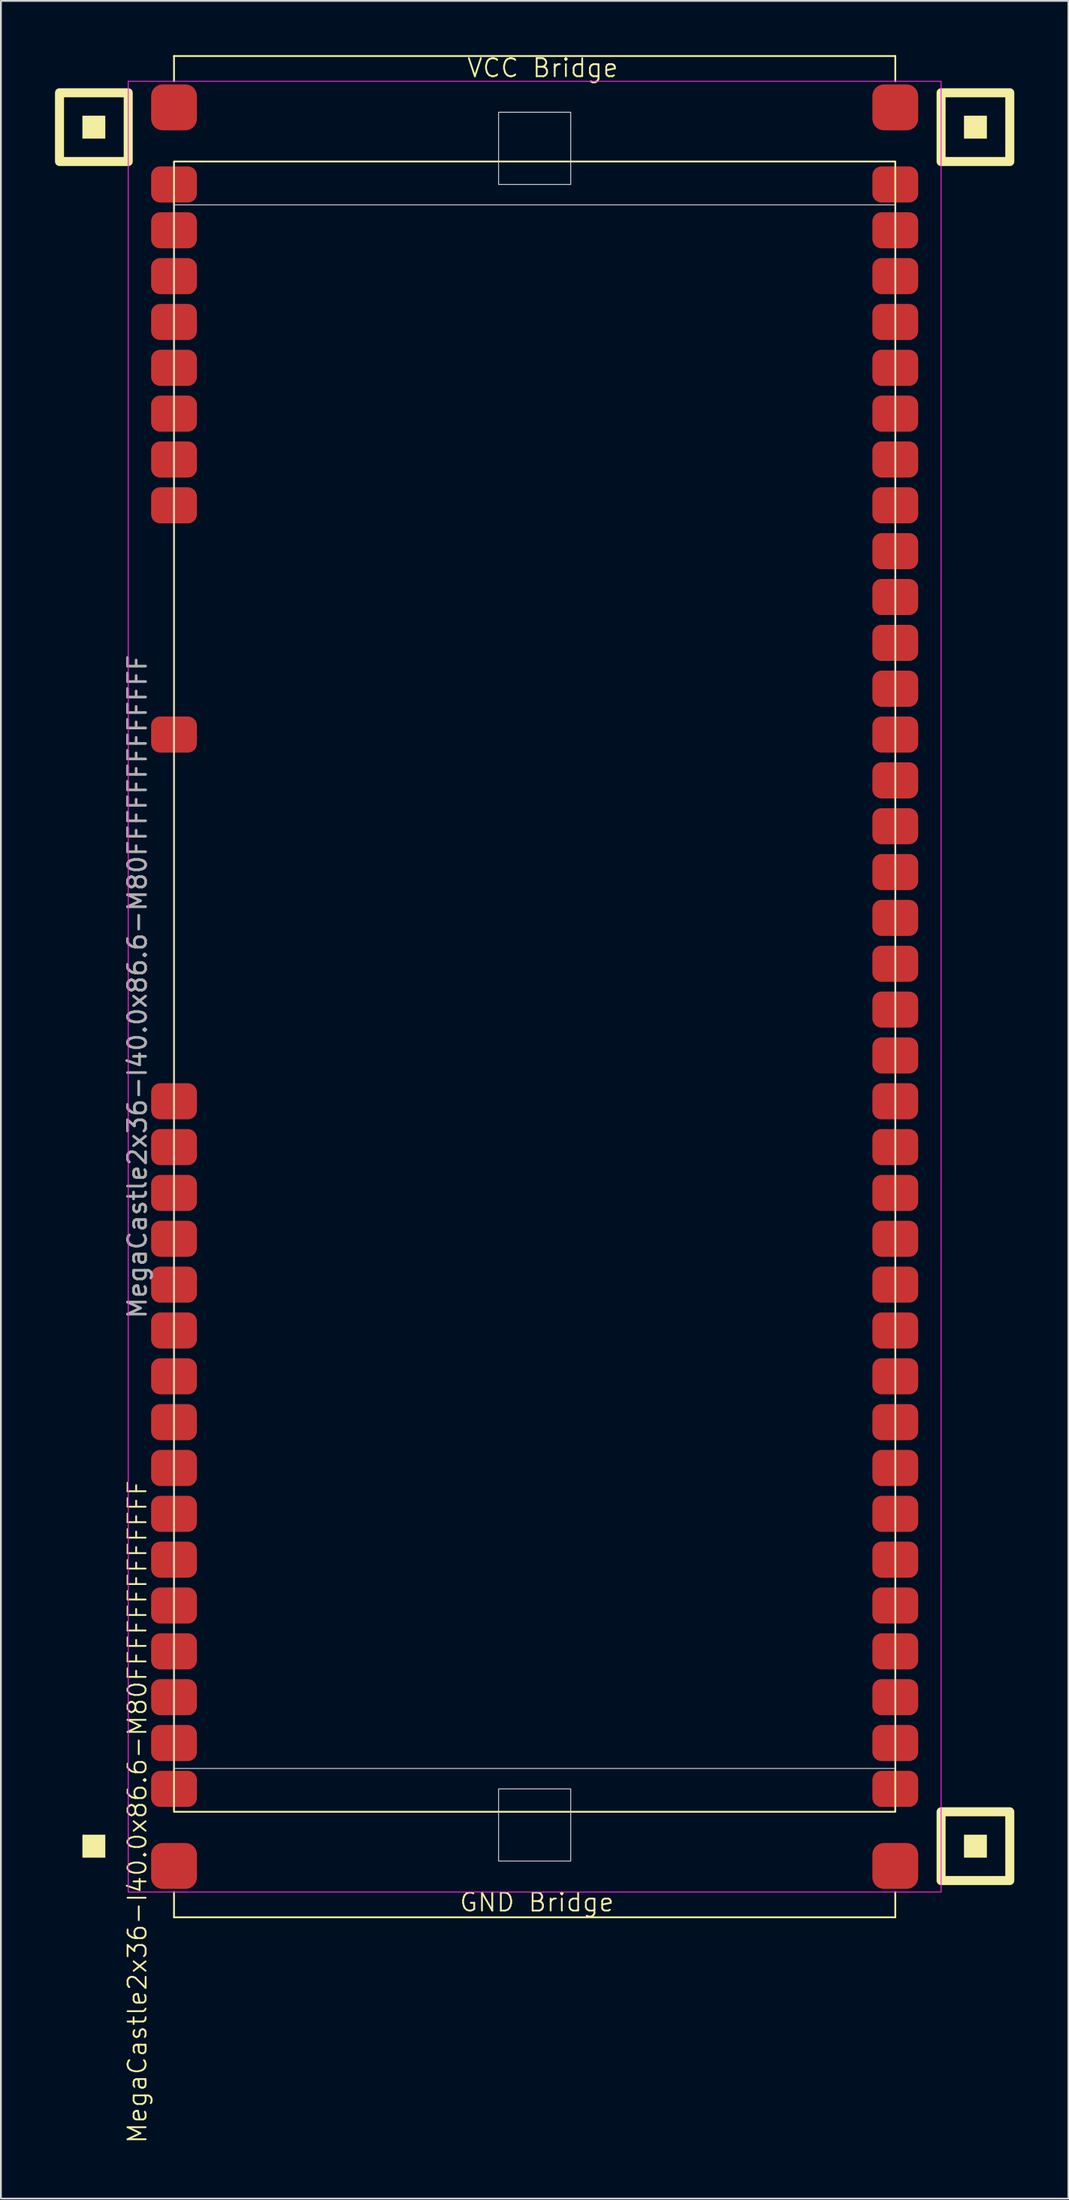
<source format=kicad_pcb>
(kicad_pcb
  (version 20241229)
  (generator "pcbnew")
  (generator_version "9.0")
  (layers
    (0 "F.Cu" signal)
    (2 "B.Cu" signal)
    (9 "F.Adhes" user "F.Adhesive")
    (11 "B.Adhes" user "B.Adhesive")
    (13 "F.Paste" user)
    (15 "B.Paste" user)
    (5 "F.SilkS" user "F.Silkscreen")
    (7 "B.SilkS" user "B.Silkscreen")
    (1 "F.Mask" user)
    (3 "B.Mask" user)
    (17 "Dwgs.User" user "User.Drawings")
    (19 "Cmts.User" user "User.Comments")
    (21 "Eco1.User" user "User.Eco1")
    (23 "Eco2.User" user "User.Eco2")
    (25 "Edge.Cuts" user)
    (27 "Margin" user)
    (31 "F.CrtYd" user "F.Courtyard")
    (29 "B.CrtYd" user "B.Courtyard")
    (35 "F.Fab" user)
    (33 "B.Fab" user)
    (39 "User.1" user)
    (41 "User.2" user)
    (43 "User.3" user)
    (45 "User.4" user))
  (footprint "MegaCastle2x36-I40.0x86.6-M80FFFFFFFFFFFFF"
    (layer "F.Cu")
    (at 26.6 51.62)
    (property "Reference" "MegaCastle2x36-I40.0x86.6-M80FFFFFFFFFFFFF" (at -22.032 45.72 90) (unlocked yes) (layer "F.SilkS") (effects (font (size 1 1) (thickness 0.1))))
    (attr smd)
    (fp_line (start -20 -51.565) (end 20 -51.565) (stroke (width 0.1) (type default)) (layer "F.SilkS"))
    (fp_line (start -20 -50.165) (end -20 -51.565) (stroke (width 0.1) (type default)) (layer "F.SilkS"))
    (fp_line (start -20 50.165) (end -20 51.565) (stroke (width 0.1) (type default)) (layer "F.SilkS"))
    (fp_line (start -20 51.565) (end 20 51.565) (stroke (width 0.1) (type default)) (layer "F.SilkS"))
    (fp_line (start 20 -50.165) (end 20 -51.565) (stroke (width 0.1) (type default)) (layer "F.SilkS"))
    (fp_line (start 20 50.165) (end 20 51.565) (stroke (width 0.1) (type default)) (layer "F.SilkS"))
    (fp_rect (start -23.81 -46.99) (end -25.08 -48.26) (stroke (width 0) (type solid)) (fill yes) (layer "F.SilkS"))
    (fp_rect (start -23.81 48.26) (end -25.08 46.99) (stroke (width 0) (type solid)) (fill yes) (layer "F.SilkS"))
    (fp_rect (start -22.54 -45.72) (end -26.35 -49.53) (stroke (width 0.5) (type default)) (fill no) (layer "F.SilkS"))
    (fp_rect (start -20 -45.72) (end 20 45.72) (stroke (width 0.1) (type default)) (fill no) (layer "F.SilkS"))
    (fp_rect (start 25.08 -46.99) (end 23.81 -48.26) (stroke (width 0) (type solid)) (fill yes) (layer "F.SilkS"))
    (fp_rect (start 25.08 48.26) (end 23.81 46.99) (stroke (width 0) (type solid)) (fill yes) (layer "F.SilkS"))
    (fp_rect (start 26.35 -45.72) (end 22.54 -49.53) (stroke (width 0.5) (type default)) (fill no) (layer "F.SilkS"))
    (fp_rect (start 26.35 49.53) (end 22.54 45.72) (stroke (width 0.5) (type default)) (fill no) (layer "F.SilkS"))
    (fp_rect (start -20 -43.32) (end 20 43.32) (stroke (width 0.05) (type default)) (fill no) (layer "Edge.Cuts"))
    (fp_rect (start -2 -44.45) (end 2 -48.45) (stroke (width 0.05) (type default)) (fill no) (layer "Edge.Cuts"))
    (fp_rect (start -2 44.45) (end 2 48.45) (stroke (width 0.05) (type default)) (fill no) (layer "Edge.Cuts"))
    (fp_line (start -22.54 -50.165) (end -22.54 50.165) (stroke (width 0.05) (type default)) (layer "F.CrtYd"))
    (fp_line (start -22.54 50.165) (end 22.54 50.165) (stroke (width 0.05) (type default)) (layer "F.CrtYd"))
    (fp_line (start 22.54 -50.165) (end -22.54 -50.165) (stroke (width 0.05) (type default)) (layer "F.CrtYd"))
    (fp_line (start 22.54 -50.165) (end 22.54 50.165) (stroke (width 0.05) (type default)) (layer "F.CrtYd"))
    (fp_text user "GND Bridge" (at -4.226 51.32 0) (unlocked yes) (layer "F.SilkS") (effects (font (size 1 1) (thickness 0.1)) (justify left bottom)))
    (fp_text user "VCC Bridge" (at -3.81 -50.32 0) (unlocked yes) (layer "F.SilkS") (effects (font (size 1 1) (thickness 0.1)) (justify left bottom)))
    (fp_text user "${REFERENCE}" (at -22.032 0 90) (unlocked yes) (layer "F.Fab") (effects (font (size 1 1) (thickness 0.15))))
    (pad "1" smd roundrect (at -20 -44.45) (size 2.54 2) (layers "F.Cu" "F.Mask" "F.Paste") (roundrect_rratio 0.25))
    (pad "2" smd roundrect (at -20 -41.91) (size 2.54 2) (layers "F.Cu" "F.Mask" "F.Paste") (roundrect_rratio 0.25))
    (pad "3" smd roundrect (at -20 -39.37) (size 2.54 2) (layers "F.Cu" "F.Mask" "F.Paste") (roundrect_rratio 0.25))
    (pad "4" smd roundrect (at -20 -36.83) (size 2.54 2) (layers "F.Cu" "F.Mask" "F.Paste") (roundrect_rratio 0.25))
    (pad "5" smd roundrect (at -20 -34.29) (size 2.54 2) (layers "F.Cu" "F.Mask" "F.Paste") (roundrect_rratio 0.25))
    (pad "6" smd roundrect (at -20 -31.75) (size 2.54 2) (layers "F.Cu" "F.Mask" "F.Paste") (roundrect_rratio 0.25))
    (pad "7" smd roundrect (at -20 -29.21) (size 2.54 2) (layers "F.Cu" "F.Mask" "F.Paste") (roundrect_rratio 0.25))
    (pad "8" smd roundrect (at -20 -26.67) (size 2.54 2) (layers "F.Cu" "F.Mask" "F.Paste") (roundrect_rratio 0.25))
    (pad "13" smd roundrect (at -20 -13.97) (size 2.54 2) (layers "F.Cu" "F.Mask" "F.Paste") (roundrect_rratio 0.25))
    (pad "21" smd roundrect (at -20 6.35) (size 2.54 2) (layers "F.Cu" "F.Mask" "F.Paste") (roundrect_rratio 0.25))
    (pad "22" smd roundrect (at -20 8.89) (size 2.54 2) (layers "F.Cu" "F.Mask" "F.Paste") (roundrect_rratio 0.25))
    (pad "23" smd roundrect (at -20 11.43) (size 2.54 2) (layers "F.Cu" "F.Mask" "F.Paste") (roundrect_rratio 0.25))
    (pad "24" smd roundrect (at -20 13.97) (size 2.54 2) (layers "F.Cu" "F.Mask" "F.Paste") (roundrect_rratio 0.25))
    (pad "25" smd roundrect (at -20 16.51) (size 2.54 2) (layers "F.Cu" "F.Mask" "F.Paste") (roundrect_rratio 0.25))
    (pad "26" smd roundrect (at -20 19.05) (size 2.54 2) (layers "F.Cu" "F.Mask" "F.Paste") (roundrect_rratio 0.25))
    (pad "27" smd roundrect (at -20 21.59) (size 2.54 2) (layers "F.Cu" "F.Mask" "F.Paste") (roundrect_rratio 0.25))
    (pad "28" smd roundrect (at -20 24.13) (size 2.54 2) (layers "F.Cu" "F.Mask" "F.Paste") (roundrect_rratio 0.25))
    (pad "29" smd roundrect (at -20 26.67) (size 2.54 2) (layers "F.Cu" "F.Mask" "F.Paste") (roundrect_rratio 0.25))
    (pad "30" smd roundrect (at -20 29.21) (size 2.54 2) (layers "F.Cu" "F.Mask" "F.Paste") (roundrect_rratio 0.25))
    (pad "31" smd roundrect (at -20 31.75) (size 2.54 2) (layers "F.Cu" "F.Mask" "F.Paste") (roundrect_rratio 0.25))
    (pad "32" smd roundrect (at -20 34.29) (size 2.54 2) (layers "F.Cu" "F.Mask" "F.Paste") (roundrect_rratio 0.25))
    (pad "33" smd roundrect (at -20 36.83) (size 2.54 2) (layers "F.Cu" "F.Mask" "F.Paste") (roundrect_rratio 0.25))
    (pad "34" smd roundrect (at -20 39.37) (size 2.54 2) (layers "F.Cu" "F.Mask" "F.Paste") (roundrect_rratio 0.25))
    (pad "35" smd roundrect (at -20 41.91) (size 2.54 2) (layers "F.Cu" "F.Mask" "F.Paste") (roundrect_rratio 0.25))
    (pad "36" smd roundrect (at -20 44.45) (size 2.54 2) (layers "F.Cu" "F.Mask" "F.Paste") (roundrect_rratio 0.25))
    (pad "37" smd roundrect (at 20 -44.45) (size 2.54 2) (layers "F.Cu" "F.Mask" "F.Paste") (roundrect_rratio 0.25))
    (pad "38" smd roundrect (at 20 -41.91) (size 2.54 2) (layers "F.Cu" "F.Mask" "F.Paste") (roundrect_rratio 0.25))
    (pad "39" smd roundrect (at 20 -39.37) (size 2.54 2) (layers "F.Cu" "F.Mask" "F.Paste") (roundrect_rratio 0.25))
    (pad "40" smd roundrect (at 20 -36.83) (size 2.54 2) (layers "F.Cu" "F.Mask" "F.Paste") (roundrect_rratio 0.25))
    (pad "41" smd roundrect (at 20 -34.29) (size 2.54 2) (layers "F.Cu" "F.Mask" "F.Paste") (roundrect_rratio 0.25))
    (pad "42" smd roundrect (at 20 -31.75) (size 2.54 2) (layers "F.Cu" "F.Mask" "F.Paste") (roundrect_rratio 0.25))
    (pad "43" smd roundrect (at 20 -29.21) (size 2.54 2) (layers "F.Cu" "F.Mask" "F.Paste") (roundrect_rratio 0.25))
    (pad "44" smd roundrect (at 20 -26.67) (size 2.54 2) (layers "F.Cu" "F.Mask" "F.Paste") (roundrect_rratio 0.25))
    (pad "45" smd roundrect (at 20 -24.13) (size 2.54 2) (layers "F.Cu" "F.Mask" "F.Paste") (roundrect_rratio 0.25))
    (pad "46" smd roundrect (at 20 -21.59) (size 2.54 2) (layers "F.Cu" "F.Mask" "F.Paste") (roundrect_rratio 0.25))
    (pad "47" smd roundrect (at 20 -19.05) (size 2.54 2) (layers "F.Cu" "F.Mask" "F.Paste") (roundrect_rratio 0.25))
    (pad "48" smd roundrect (at 20 -16.51) (size 2.54 2) (layers "F.Cu" "F.Mask" "F.Paste") (roundrect_rratio 0.25))
    (pad "49" smd roundrect (at 20 -13.97) (size 2.54 2) (layers "F.Cu" "F.Mask" "F.Paste") (roundrect_rratio 0.25))
    (pad "50" smd roundrect (at 20 -11.43) (size 2.54 2) (layers "F.Cu" "F.Mask" "F.Paste") (roundrect_rratio 0.25))
    (pad "51" smd roundrect (at 20 -8.89) (size 2.54 2) (layers "F.Cu" "F.Mask" "F.Paste") (roundrect_rratio 0.25))
    (pad "52" smd roundrect (at 20 -6.35) (size 2.54 2) (layers "F.Cu" "F.Mask" "F.Paste") (roundrect_rratio 0.25))
    (pad "53" smd roundrect (at 20 -3.81) (size 2.54 2) (layers "F.Cu" "F.Mask" "F.Paste") (roundrect_rratio 0.25))
    (pad "54" smd roundrect (at 20 -1.27) (size 2.54 2) (layers "F.Cu" "F.Mask" "F.Paste") (roundrect_rratio 0.25))
    (pad "55" smd roundrect (at 20 1.27) (size 2.54 2) (layers "F.Cu" "F.Mask" "F.Paste") (roundrect_rratio 0.25))
    (pad "56" smd roundrect (at 20 3.81) (size 2.54 2) (layers "F.Cu" "F.Mask" "F.Paste") (roundrect_rratio 0.25))
    (pad "57" smd roundrect (at 20 6.35) (size 2.54 2) (layers "F.Cu" "F.Mask" "F.Paste") (roundrect_rratio 0.25))
    (pad "58" smd roundrect (at 20 8.89) (size 2.54 2) (layers "F.Cu" "F.Mask" "F.Paste") (roundrect_rratio 0.25))
    (pad "59" smd roundrect (at 20 11.43) (size 2.54 2) (layers "F.Cu" "F.Mask" "F.Paste") (roundrect_rratio 0.25))
    (pad "60" smd roundrect (at 20 13.97) (size 2.54 2) (layers "F.Cu" "F.Mask" "F.Paste") (roundrect_rratio 0.25))
    (pad "61" smd roundrect (at 20 16.51) (size 2.54 2) (layers "F.Cu" "F.Mask" "F.Paste") (roundrect_rratio 0.25))
    (pad "62" smd roundrect (at 20 19.05) (size 2.54 2) (layers "F.Cu" "F.Mask" "F.Paste") (roundrect_rratio 0.25))
    (pad "63" smd roundrect (at 20 21.59) (size 2.54 2) (layers "F.Cu" "F.Mask" "F.Paste") (roundrect_rratio 0.25))
    (pad "64" smd roundrect (at 20 24.13) (size 2.54 2) (layers "F.Cu" "F.Mask" "F.Paste") (roundrect_rratio 0.25))
    (pad "65" smd roundrect (at 20 26.67) (size 2.54 2) (layers "F.Cu" "F.Mask" "F.Paste") (roundrect_rratio 0.25))
    (pad "66" smd roundrect (at 20 29.21) (size 2.54 2) (layers "F.Cu" "F.Mask" "F.Paste") (roundrect_rratio 0.25))
    (pad "67" smd roundrect (at 20 31.75) (size 2.54 2) (layers "F.Cu" "F.Mask" "F.Paste") (roundrect_rratio 0.25))
    (pad "68" smd roundrect (at 20 34.29) (size 2.54 2) (layers "F.Cu" "F.Mask" "F.Paste") (roundrect_rratio 0.25))
    (pad "69" smd roundrect (at 20 36.83) (size 2.54 2) (layers "F.Cu" "F.Mask" "F.Paste") (roundrect_rratio 0.25))
    (pad "70" smd roundrect (at 20 39.37) (size 2.54 2) (layers "F.Cu" "F.Mask" "F.Paste") (roundrect_rratio 0.25))
    (pad "71" smd roundrect (at 20 41.91) (size 2.54 2) (layers "F.Cu" "F.Mask" "F.Paste") (roundrect_rratio 0.25))
    (pad "72" smd roundrect (at 20 44.45) (size 2.54 2) (layers "F.Cu" "F.Mask" "F.Paste") (roundrect_rratio 0.25))
    (pad "A1" smd roundrect (at -20 -48.72) (size 2.54 2.54) (layers "F.Cu" "F.Mask" "F.Paste") (roundrect_rratio 0.25))
    (pad "A2" smd roundrect (at 20 -48.72) (size 2.54 2.54) (layers "F.Cu" "F.Mask" "F.Paste") (roundrect_rratio 0.25))
    (pad "B1" smd roundrect (at -20 48.72) (size 2.54 2.54) (layers "F.Cu" "F.Mask" "F.Paste") (roundrect_rratio 0.25))
    (pad "B2" smd roundrect (at 20 48.72) (size 2.54 2.54) (layers "F.Cu" "F.Mask" "F.Paste") (roundrect_rratio 0.25)))
  (gr_rect
    (start -3 -3)
    (end 56.2 118.771)
    (stroke (width 0.1) (type default))
    (fill no)
    (layer "Edge.Cuts")))
</source>
